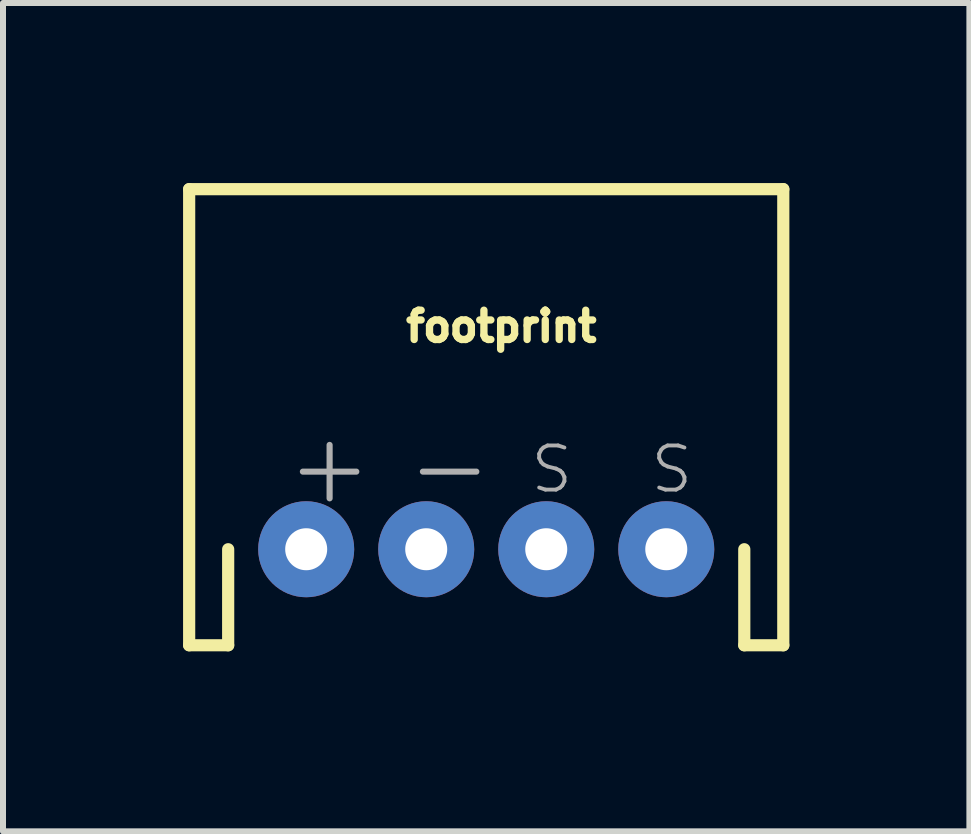
<source format=kicad_pcb>
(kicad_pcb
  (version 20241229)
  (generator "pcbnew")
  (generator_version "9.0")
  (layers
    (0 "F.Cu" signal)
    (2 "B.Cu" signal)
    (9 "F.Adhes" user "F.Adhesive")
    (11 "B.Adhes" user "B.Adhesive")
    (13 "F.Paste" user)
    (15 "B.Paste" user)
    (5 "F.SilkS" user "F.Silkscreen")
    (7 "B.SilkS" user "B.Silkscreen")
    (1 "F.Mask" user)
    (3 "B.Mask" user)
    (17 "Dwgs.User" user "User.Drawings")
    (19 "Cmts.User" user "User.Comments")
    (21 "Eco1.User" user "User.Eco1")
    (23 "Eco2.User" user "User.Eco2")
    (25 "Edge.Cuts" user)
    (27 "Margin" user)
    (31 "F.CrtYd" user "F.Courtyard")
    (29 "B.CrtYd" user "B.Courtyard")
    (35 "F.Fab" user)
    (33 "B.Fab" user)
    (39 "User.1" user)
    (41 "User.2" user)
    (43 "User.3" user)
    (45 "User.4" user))
  (footprint "footprint"
    (layer "F.Cu")
    (at 5.052 6.102)
    (property "Reference" "footprint" (at -1.397 -3.429 0) (layer "F.SilkS") (effects (font (size 0.488 0.488) (thickness 0.122)) (justify left bottom)))
    (fp_line (start -4.95 -6) (end 4.95 -6) (stroke (width 0.203) (type solid)) (layer "F.SilkS"))
    (fp_line (start -4.95 1.6) (end -4.95 -6) (stroke (width 0.203) (type solid)) (layer "F.SilkS"))
    (fp_line (start -4.95 1.6) (end -4.3 1.6) (stroke (width 0.203) (type solid)) (layer "F.SilkS"))
    (fp_line (start -4.3 1.6) (end -4.3 0) (stroke (width 0.203) (type solid)) (layer "F.SilkS"))
    (fp_line (start 4.3 1.6) (end 4.3 0) (stroke (width 0.203) (type solid)) (layer "F.SilkS"))
    (fp_line (start 4.95 -6) (end 4.95 1.6) (stroke (width 0.203) (type solid)) (layer "F.SilkS"))
    (fp_line (start 4.95 1.6) (end 4.3 1.6) (stroke (width 0.203) (type solid)) (layer "F.SilkS"))
    (fp_text user "S" (at 2.7 -0.9 0) (layer "F.Fab") (effects (font (size 0.736 0.736) (thickness 0.064)) (justify left bottom)))
    (fp_text user "+" (at -3.4 -0.7 0) (layer "F.Fab") (effects (font (size 1.168 1.168) (thickness 0.102)) (justify left bottom)))
    (fp_text user "-" (at -1.4 -0.7 0) (layer "F.Fab") (effects (font (size 1.168 1.168) (thickness 0.102)) (justify left bottom)))
    (fp_text user "S" (at 0.7 -0.9 0) (layer "F.Fab") (effects (font (size 0.736 0.736) (thickness 0.064)) (justify left bottom)))
    (pad "1" thru_hole circle (at -3 0) (size 1.6 1.6) (drill 0.7) (layers "*.Cu" "*.Mask"))
    (pad "2" thru_hole circle (at -1 0) (size 1.6 1.6) (drill 0.7) (layers "*.Cu" "*.Mask"))
    (pad "3" thru_hole circle (at 1 0) (size 1.6 1.6) (drill 0.7) (layers "*.Cu" "*.Mask"))
    (pad "4" thru_hole circle (at 3 0) (size 1.6 1.6) (drill 0.7) (layers "*.Cu" "*.Mask")))
  (gr_rect
    (start -3 -3)
    (end 13.103 10.803)
    (stroke (width 0.1) (type default))
    (fill no)
    (layer "Edge.Cuts")))
</source>
